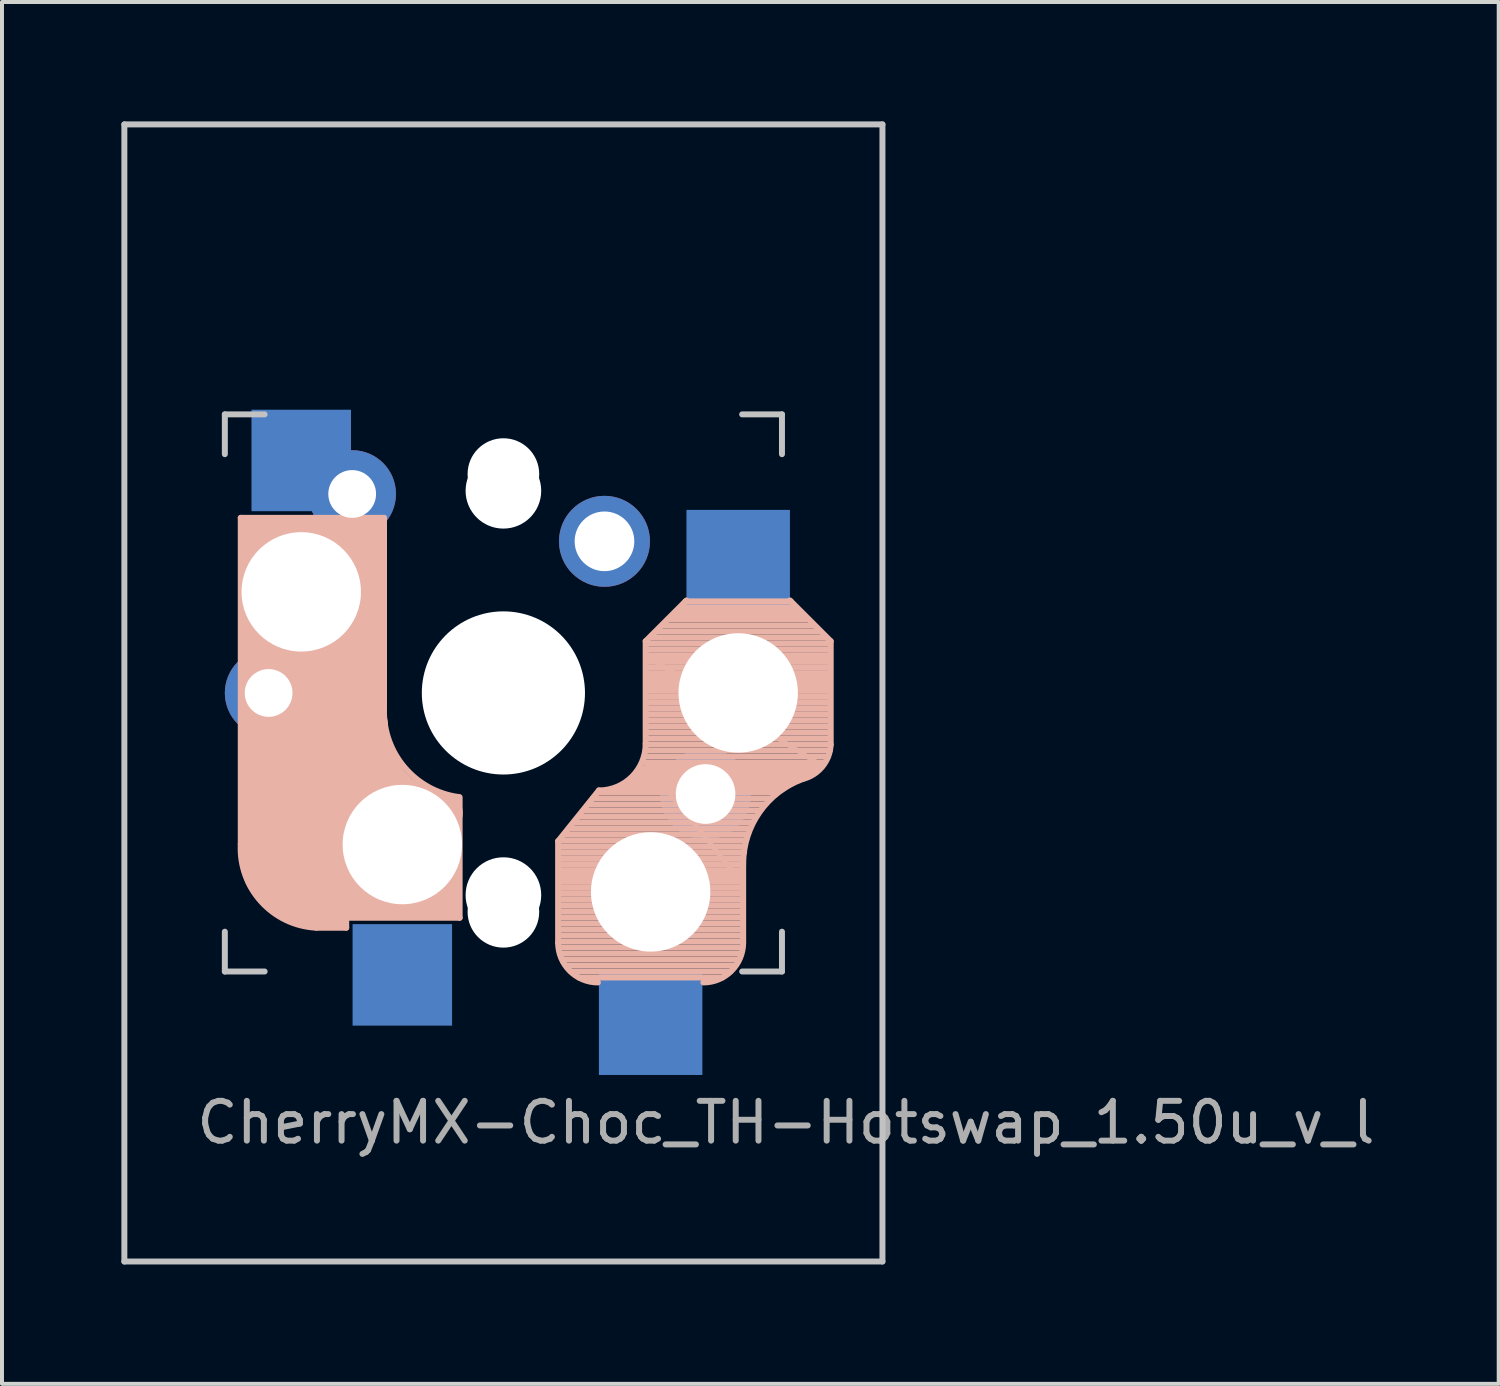
<source format=kicad_pcb>
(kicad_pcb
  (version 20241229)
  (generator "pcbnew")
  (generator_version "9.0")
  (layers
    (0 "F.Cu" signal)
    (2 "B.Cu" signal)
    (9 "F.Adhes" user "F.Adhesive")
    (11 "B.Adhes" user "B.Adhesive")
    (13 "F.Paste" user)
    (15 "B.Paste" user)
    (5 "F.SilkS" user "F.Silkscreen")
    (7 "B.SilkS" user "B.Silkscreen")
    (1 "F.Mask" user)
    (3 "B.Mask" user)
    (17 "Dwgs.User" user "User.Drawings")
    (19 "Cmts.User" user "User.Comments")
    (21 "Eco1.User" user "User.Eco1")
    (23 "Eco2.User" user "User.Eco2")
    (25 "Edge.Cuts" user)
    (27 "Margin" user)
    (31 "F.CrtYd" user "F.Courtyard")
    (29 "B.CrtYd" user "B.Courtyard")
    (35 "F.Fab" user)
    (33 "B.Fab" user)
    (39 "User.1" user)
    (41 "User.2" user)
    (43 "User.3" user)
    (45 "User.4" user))
  (footprint "CherryMX-Choc_TH-Hotswap_1.50u_v_l"
    (layer "F.Cu")
    (at 9.6 14.363)
    (property "Reference" "CherryMX-Choc_TH-Hotswap_1.50u_v_l" (at 7.1 10.795 0) (layer "F.Fab") (effects (font (size 1 1) (thickness 0.15))))
    (attr through_hole)
    (fp_line (start -6.6 -4.4) (end -6.6 3.8) (stroke (width 0.15) (type solid)) (layer "B.SilkS"))
    (fp_line (start -6.4 -4.25) (end -6.4 -3) (stroke (width 0.4) (type solid)) (layer "B.SilkS"))
    (fp_line (start -6 -3.9) (end -3.5 -3.9) (stroke (width 1) (type solid)) (layer "B.SilkS"))
    (fp_line (start -5.55 5.65) (end -1.1 5.65) (stroke (width 0.15) (type solid)) (layer "B.SilkS"))
    (fp_line (start -5.1 4.17) (end -2.86 4.17) (stroke (width 3) (type solid)) (layer "B.SilkS"))
    (fp_line (start -4.8 -2.6) (end -4.8 4.1) (stroke (width 3.5) (type solid)) (layer "B.SilkS"))
    (fp_line (start -4.7 5.9) (end -3.95 5.9) (stroke (width 0.15) (type solid)) (layer "B.SilkS"))
    (fp_line (start -4.05 5.8) (end -4.7 5.8) (stroke (width 0.3) (type solid)) (layer "B.SilkS"))
    (fp_line (start -4 -4.38) (end -6.25 -4.38) (stroke (width 0.15) (type solid)) (layer "B.SilkS"))
    (fp_line (start -3.95 5.9) (end -3.95 5.7) (stroke (width 0.15) (type solid)) (layer "B.SilkS"))
    (fp_line (start -3.25 -4.2) (end -3.3 -2.9) (stroke (width 0.5) (type solid)) (layer "B.SilkS"))
    (fp_line (start -3 -4.4) (end -6.6 -4.4) (stroke (width 0.15) (type solid)) (layer "B.SilkS"))
    (fp_line (start -3 0.4) (end -3 -4.4) (stroke (width 0.15) (type solid)) (layer "B.SilkS"))
    (fp_line (start -1.6 5.3) (end -3.4 5.3) (stroke (width 0.8) (type solid)) (layer "B.SilkS"))
    (fp_line (start -1.3 5.45) (end -1.3 3) (stroke (width 0.5) (type solid)) (layer "B.SilkS"))
    (fp_line (start -1.1 5.65) (end -1.1 2.62) (stroke (width 0.15) (type solid)) (layer "B.SilkS"))
    (fp_line (start 1.375 3.725) (end 1.375 6.275) (stroke (width 0.15) (type solid)) (layer "B.SilkS"))
    (fp_line (start 1.375 3.725) (end 2.4 2.45) (stroke (width 0.15) (type solid)) (layer "B.SilkS"))
    (fp_line (start 3.575 -1.3) (end 3.575 1.275) (stroke (width 0.15) (type solid)) (layer "B.SilkS"))
    (fp_line (start 3.575 -1.3) (end 4.6 -2.325) (stroke (width 0.15) (type solid)) (layer "B.SilkS"))
    (fp_line (start 3.6 1.8) (end 5.9 4.65) (stroke (width 0.12) (type solid)) (layer "B.SilkS"))
    (fp_line (start 3.65 -0.9) (end 7.95 1.8) (stroke (width 0.12) (type solid)) (layer "B.SilkS"))
    (fp_line (start 4.575 -2.3) (end 7.225 -2.3) (stroke (width 0.15) (type solid)) (layer "B.SilkS"))
    (fp_line (start 5.5 7.15) (end 1.9 7.15) (stroke (width 0.15) (type solid)) (layer "B.SilkS"))
    (fp_line (start 5.7 7) (end 1.7 7) (stroke (width 0.15) (type solid)) (layer "B.SilkS"))
    (fp_line (start 5.8 6.85) (end 1.6 6.85) (stroke (width 0.15) (type solid)) (layer "B.SilkS"))
    (fp_line (start 5.9 4.65) (end 1.4 4.65) (stroke (width 0.12) (type solid)) (layer "B.SilkS"))
    (fp_line (start 5.9 6.7) (end 1.5 6.7) (stroke (width 0.15) (type solid)) (layer "B.SilkS"))
    (fp_line (start 5.95 6.55) (end 1.45 6.55) (stroke (width 0.15) (type solid)) (layer "B.SilkS"))
    (fp_line (start 6 4.15) (end 1.45 4.15) (stroke (width 0.15) (type solid)) (layer "B.SilkS"))
    (fp_line (start 6 4.3) (end 1.4 4.3) (stroke (width 0.15) (type solid)) (layer "B.SilkS"))
    (fp_line (start 6 4.45) (end 1.4 4.45) (stroke (width 0.15) (type solid)) (layer "B.SilkS"))
    (fp_line (start 6 4.6) (end 1.4 4.6) (stroke (width 0.15) (type solid)) (layer "B.SilkS"))
    (fp_line (start 6 4.75) (end 1.4 4.75) (stroke (width 0.15) (type solid)) (layer "B.SilkS"))
    (fp_line (start 6 4.9) (end 1.4 4.9) (stroke (width 0.15) (type solid)) (layer "B.SilkS"))
    (fp_line (start 6 5.05) (end 1.4 5.05) (stroke (width 0.15) (type solid)) (layer "B.SilkS"))
    (fp_line (start 6 5.2) (end 1.4 5.2) (stroke (width 0.15) (type solid)) (layer "B.SilkS"))
    (fp_line (start 6 5.35) (end 1.4 5.35) (stroke (width 0.15) (type solid)) (layer "B.SilkS"))
    (fp_line (start 6 5.5) (end 1.4 5.5) (stroke (width 0.15) (type solid)) (layer "B.SilkS"))
    (fp_line (start 6 5.65) (end 1.4 5.65) (stroke (width 0.15) (type solid)) (layer "B.SilkS"))
    (fp_line (start 6 5.8) (end 1.4 5.8) (stroke (width 0.15) (type solid)) (layer "B.SilkS"))
    (fp_line (start 6 5.95) (end 1.4 5.95) (stroke (width 0.15) (type solid)) (layer "B.SilkS"))
    (fp_line (start 6 6.1) (end 1.4 6.1) (stroke (width 0.15) (type solid)) (layer "B.SilkS"))
    (fp_line (start 6 6.25) (end 1.4 6.25) (stroke (width 0.15) (type solid)) (layer "B.SilkS"))
    (fp_line (start 6 6.4) (end 1.45 6.4) (stroke (width 0.15) (type solid)) (layer "B.SilkS"))
    (fp_line (start 6.025 4.3) (end 6.025 6.275) (stroke (width 0.15) (type solid)) (layer "B.SilkS"))
    (fp_line (start 6.05 3.7) (end 1.45 3.7) (stroke (width 0.15) (type solid)) (layer "B.SilkS"))
    (fp_line (start 6.05 3.85) (end 1.4 3.85) (stroke (width 0.15) (type solid)) (layer "B.SilkS"))
    (fp_line (start 6.05 4) (end 1.4 4) (stroke (width 0.15) (type solid)) (layer "B.SilkS"))
    (fp_line (start 6.1 3.55) (end 1.55 3.55) (stroke (width 0.15) (type solid)) (layer "B.SilkS"))
    (fp_line (start 6.2 3.4) (end 1.65 3.4) (stroke (width 0.15) (type solid)) (layer "B.SilkS"))
    (fp_line (start 6.25 3.25) (end 1.8 3.25) (stroke (width 0.15) (type solid)) (layer "B.SilkS"))
    (fp_line (start 6.35 3.1) (end 1.9 3.1) (stroke (width 0.15) (type solid)) (layer "B.SilkS"))
    (fp_line (start 6.45 2.95) (end 2.05 2.95) (stroke (width 0.15) (type solid)) (layer "B.SilkS"))
    (fp_line (start 6.55 2.8) (end 2.15 2.8) (stroke (width 0.15) (type solid)) (layer "B.SilkS"))
    (fp_line (start 6.7 2.65) (end 2.25 2.65) (stroke (width 0.15) (type solid)) (layer "B.SilkS"))
    (fp_line (start 6.85 2.5) (end 2.4 2.5) (stroke (width 0.15) (type solid)) (layer "B.SilkS"))
    (fp_line (start 7.05 2.4) (end 2.9 2.4) (stroke (width 0.15) (type solid)) (layer "B.SilkS"))
    (fp_line (start 7.2 2.3) (end 3.05 2.3) (stroke (width 0.15) (type solid)) (layer "B.SilkS"))
    (fp_line (start 7.35 -2.15) (end 4.45 -2.15) (stroke (width 0.15) (type solid)) (layer "B.SilkS"))
    (fp_line (start 7.4 2.2) (end 3.25 2.2) (stroke (width 0.15) (type solid)) (layer "B.SilkS"))
    (fp_line (start 7.45 -2.05) (end 4.35 -2.05) (stroke (width 0.15) (type solid)) (layer "B.SilkS"))
    (fp_line (start 7.55 -1.95) (end 4.25 -1.95) (stroke (width 0.15) (type solid)) (layer "B.SilkS"))
    (fp_line (start 7.55 2.1) (end 3.35 2.1) (stroke (width 0.15) (type solid)) (layer "B.SilkS"))
    (fp_line (start 7.65 -1.85) (end 4.15 -1.85) (stroke (width 0.15) (type solid)) (layer "B.SilkS"))
    (fp_line (start 7.8 -1.7) (end 4 -1.7) (stroke (width 0.15) (type solid)) (layer "B.SilkS"))
    (fp_line (start 7.8 2) (end 3.4 2) (stroke (width 0.15) (type solid)) (layer "B.SilkS"))
    (fp_line (start 7.95 -1.55) (end 3.85 -1.55) (stroke (width 0.15) (type solid)) (layer "B.SilkS"))
    (fp_line (start 7.95 1.8) (end 3.6 1.8) (stroke (width 0.12) (type solid)) (layer "B.SilkS"))
    (fp_line (start 7.95 1.9) (end 3.45 1.9) (stroke (width 0.15) (type solid)) (layer "B.SilkS"))
    (fp_line (start 8.05 1.75) (end 3.5 1.75) (stroke (width 0.15) (type solid)) (layer "B.SilkS"))
    (fp_line (start 8.1 -1.4) (end 3.7 -1.4) (stroke (width 0.15) (type solid)) (layer "B.SilkS"))
    (fp_line (start 8.1 -0.9) (end 3.65 -0.9) (stroke (width 0.12) (type solid)) (layer "B.SilkS"))
    (fp_line (start 8.15 1.6) (end 3.6 1.6) (stroke (width 0.15) (type solid)) (layer "B.SilkS"))
    (fp_line (start 8.2 -1.25) (end 3.6 -1.25) (stroke (width 0.15) (type solid)) (layer "B.SilkS"))
    (fp_line (start 8.2 -1.1) (end 3.6 -1.1) (stroke (width 0.15) (type solid)) (layer "B.SilkS"))
    (fp_line (start 8.2 -0.95) (end 3.6 -0.95) (stroke (width 0.15) (type solid)) (layer "B.SilkS"))
    (fp_line (start 8.2 -0.8) (end 3.6 -0.8) (stroke (width 0.15) (type solid)) (layer "B.SilkS"))
    (fp_line (start 8.2 -0.65) (end 3.6 -0.65) (stroke (width 0.15) (type solid)) (layer "B.SilkS"))
    (fp_line (start 8.2 -0.5) (end 3.6 -0.5) (stroke (width 0.15) (type solid)) (layer "B.SilkS"))
    (fp_line (start 8.2 -0.35) (end 3.6 -0.35) (stroke (width 0.15) (type solid)) (layer "B.SilkS"))
    (fp_line (start 8.2 -0.2) (end 3.6 -0.2) (stroke (width 0.15) (type solid)) (layer "B.SilkS"))
    (fp_line (start 8.2 -0.05) (end 3.6 -0.05) (stroke (width 0.15) (type solid)) (layer "B.SilkS"))
    (fp_line (start 8.2 0.1) (end 3.6 0.1) (stroke (width 0.15) (type solid)) (layer "B.SilkS"))
    (fp_line (start 8.2 0.25) (end 3.6 0.25) (stroke (width 0.15) (type solid)) (layer "B.SilkS"))
    (fp_line (start 8.2 0.4) (end 3.6 0.4) (stroke (width 0.15) (type solid)) (layer "B.SilkS"))
    (fp_line (start 8.2 0.55) (end 3.6 0.55) (stroke (width 0.15) (type solid)) (layer "B.SilkS"))
    (fp_line (start 8.2 0.7) (end 3.6 0.7) (stroke (width 0.15) (type solid)) (layer "B.SilkS"))
    (fp_line (start 8.2 0.85) (end 3.6 0.85) (stroke (width 0.15) (type solid)) (layer "B.SilkS"))
    (fp_line (start 8.2 1) (end 3.6 1) (stroke (width 0.15) (type solid)) (layer "B.SilkS"))
    (fp_line (start 8.2 1.15) (end 3.65 1.15) (stroke (width 0.15) (type solid)) (layer "B.SilkS"))
    (fp_line (start 8.2 1.3) (end 3.6 1.3) (stroke (width 0.15) (type solid)) (layer "B.SilkS"))
    (fp_line (start 8.2 1.45) (end 3.6 1.45) (stroke (width 0.15) (type solid)) (layer "B.SilkS"))
    (fp_line (start 8.225 -1.3) (end 7.2 -2.325) (stroke (width 0.15) (type solid)) (layer "B.SilkS"))
    (fp_line (start 8.225 -1.3) (end 8.225 1.3) (stroke (width 0.15) (type solid)) (layer "B.SilkS"))
    (fp_arc (start -4.699999 5.9) (mid -6.084924 5.243504) (end -6.6 3.800001) (stroke (width 0.15) (type solid)) (layer "B.SilkS"))
    (fp_arc (start -1.521471 3.016318) (mid -2.886118 2.268709) (end -3.4 0.8) (stroke (width 1) (type solid)) (layer "B.SilkS"))
    (fp_arc (start -1.121471 2.616318) (mid -2.486118 1.868709) (end -3 0.4) (stroke (width 0.15) (type solid)) (layer "B.SilkS"))
    (fp_arc (start 2.375 7.275) (mid 1.667893 6.982107) (end 1.375 6.275) (stroke (width 0.15) (type solid)) (layer "B.SilkS"))
    (fp_arc (start 3.575 1.275) (mid 3.23085 2.10585) (end 2.4 2.45) (stroke (width 0.15) (type solid)) (layer "B.SilkS"))
    (fp_arc (start 6.025 4.3) (mid 6.436429 2.995114) (end 7.521904 2.162199) (stroke (width 0.15) (type solid)) (layer "B.SilkS"))
    (fp_arc (start 6.025 6.275) (mid 5.732107 6.982107) (end 5.025 7.275) (stroke (width 0.15) (type solid)) (layer "B.SilkS"))
    (fp_arc (start 8.223791 1.300995) (mid 8.016021 1.848284) (end 7.521904 2.162199) (stroke (width 0.15) (type solid)) (layer "B.SilkS"))
    (fp_line (start -9.525 -14.287) (end 9.525 -14.287) (stroke (width 0.15) (type solid)) (layer "Dwgs.User"))
    (fp_line (start -9.525 14.287) (end -9.525 -14.287) (stroke (width 0.15) (type solid)) (layer "Dwgs.User"))
    (fp_line (start -7 -7) (end -7 -6) (stroke (width 0.15) (type solid)) (layer "Dwgs.User"))
    (fp_line (start -7 -7) (end -6 -7) (stroke (width 0.15) (type solid)) (layer "Dwgs.User"))
    (fp_line (start -7 7) (end -7 6) (stroke (width 0.15) (type solid)) (layer "Dwgs.User"))
    (fp_line (start -6 7) (end -7 7) (stroke (width 0.15) (type solid)) (layer "Dwgs.User"))
    (fp_line (start 6 7) (end 7 7) (stroke (width 0.15) (type solid)) (layer "Dwgs.User"))
    (fp_line (start 7 -7) (end 6 -7) (stroke (width 0.15) (type solid)) (layer "Dwgs.User"))
    (fp_line (start 7 -6) (end 7 -7) (stroke (width 0.15) (type solid)) (layer "Dwgs.User"))
    (fp_line (start 7 7) (end 7 6) (stroke (width 0.15) (type solid)) (layer "Dwgs.User"))
    (fp_line (start 9.525 -14.287) (end 9.525 14.287) (stroke (width 0.15) (type solid)) (layer "Dwgs.User"))
    (fp_line (start 9.525 14.287) (end -9.525 14.287) (stroke (width 0.15) (type solid)) (layer "Dwgs.User"))
    (pad "" np_thru_hole circle (at -5.08 -2.54 90) (size 3 3) (drill 3) (layers "*.Cu" "*.Mask"))
    (pad "" np_thru_hole circle (at -2.54 3.81 90) (size 3 3) (drill 3) (layers "*.Cu" "*.Mask"))
    (pad "" np_thru_hole circle (at 0 -5.5 90) (size 1.8 1.8) (drill 1.8) (layers "*.Cu" "*.Mask"))
    (pad "" np_thru_hole circle (at 0 -5.08 90) (size 1.9 1.9) (drill 1.9) (layers "*.Cu" "*.Mask"))
    (pad "" np_thru_hole circle (at 0 0 90) (size 3.2 3.2) (drill 3.2) (layers "*.Cu" "*.Mask"))
    (pad "" np_thru_hole circle (at 0 0 180) (size 4.1 4.1) (drill 4.1) (layers "*.Cu" "*.Mask"))
    (pad "" np_thru_hole circle (at 0 5.08 90) (size 1.9 1.9) (drill 1.9) (layers "*.Cu" "*.Mask"))
    (pad "" np_thru_hole circle (at 0 5.5 90) (size 1.8 1.8) (drill 1.8) (layers "*.Cu" "*.Mask"))
    (pad "" np_thru_hole circle (at 3.7 5 180) (size 3 3) (drill 3) (layers "*.Cu" "*.Mask"))
    (pad "" np_thru_hole circle (at 4.2 5.22 90) (size 1.2 1.2) (drill 1.2) (layers "*.Cu" "*.Mask"))
    (pad "" np_thru_hole circle (at 5.9 0 180) (size 3 3) (drill 3) (layers "*.Cu" "*.Mask"))
    (pad "1" thru_hole circle (at -5.9 0 90) (size 2.2 2.2) (drill 1.2) (layers "*.Cu" "B.Mask"))
    (pad "1" smd rect (at -2.54 7.085 270) (size 2.55 2.5) (layers "B.Cu" "B.Mask" "B.Paste"))
    (pad "1" smd rect (at 3.7 8.3 270) (size 2.6 2.6) (layers "B.Cu" "B.Mask" "B.Paste"))
    (pad "1" thru_hole circle (at 5.08 2.54 270) (size 2.286 2.286) (drill 1.499) (layers "*.Cu" "*.Mask"))
    (pad "2" smd rect (at -5.08 -5.842 270) (size 2.55 2.5) (layers "B.Cu" "B.Mask" "B.Paste"))
    (pad "2" thru_hole circle (at -3.8 -5 90) (size 2.2 2.2) (drill 1.2) (layers "*.Cu" "B.Mask"))
    (pad "2" thru_hole circle (at 2.54 -3.81 270) (size 2.286 2.286) (drill 1.499) (layers "*.Cu" "*.Mask"))
    (pad "2" smd rect (at 5.9 -3.3 270) (size 2.6 2.6) (layers "B.Cu" "B.Mask" "B.Paste")))
  (gr_rect
    (start -3 -3)
    (end 34.611 31.725)
    (stroke (width 0.1) (type default))
    (fill no)
    (layer "Edge.Cuts")))
</source>
